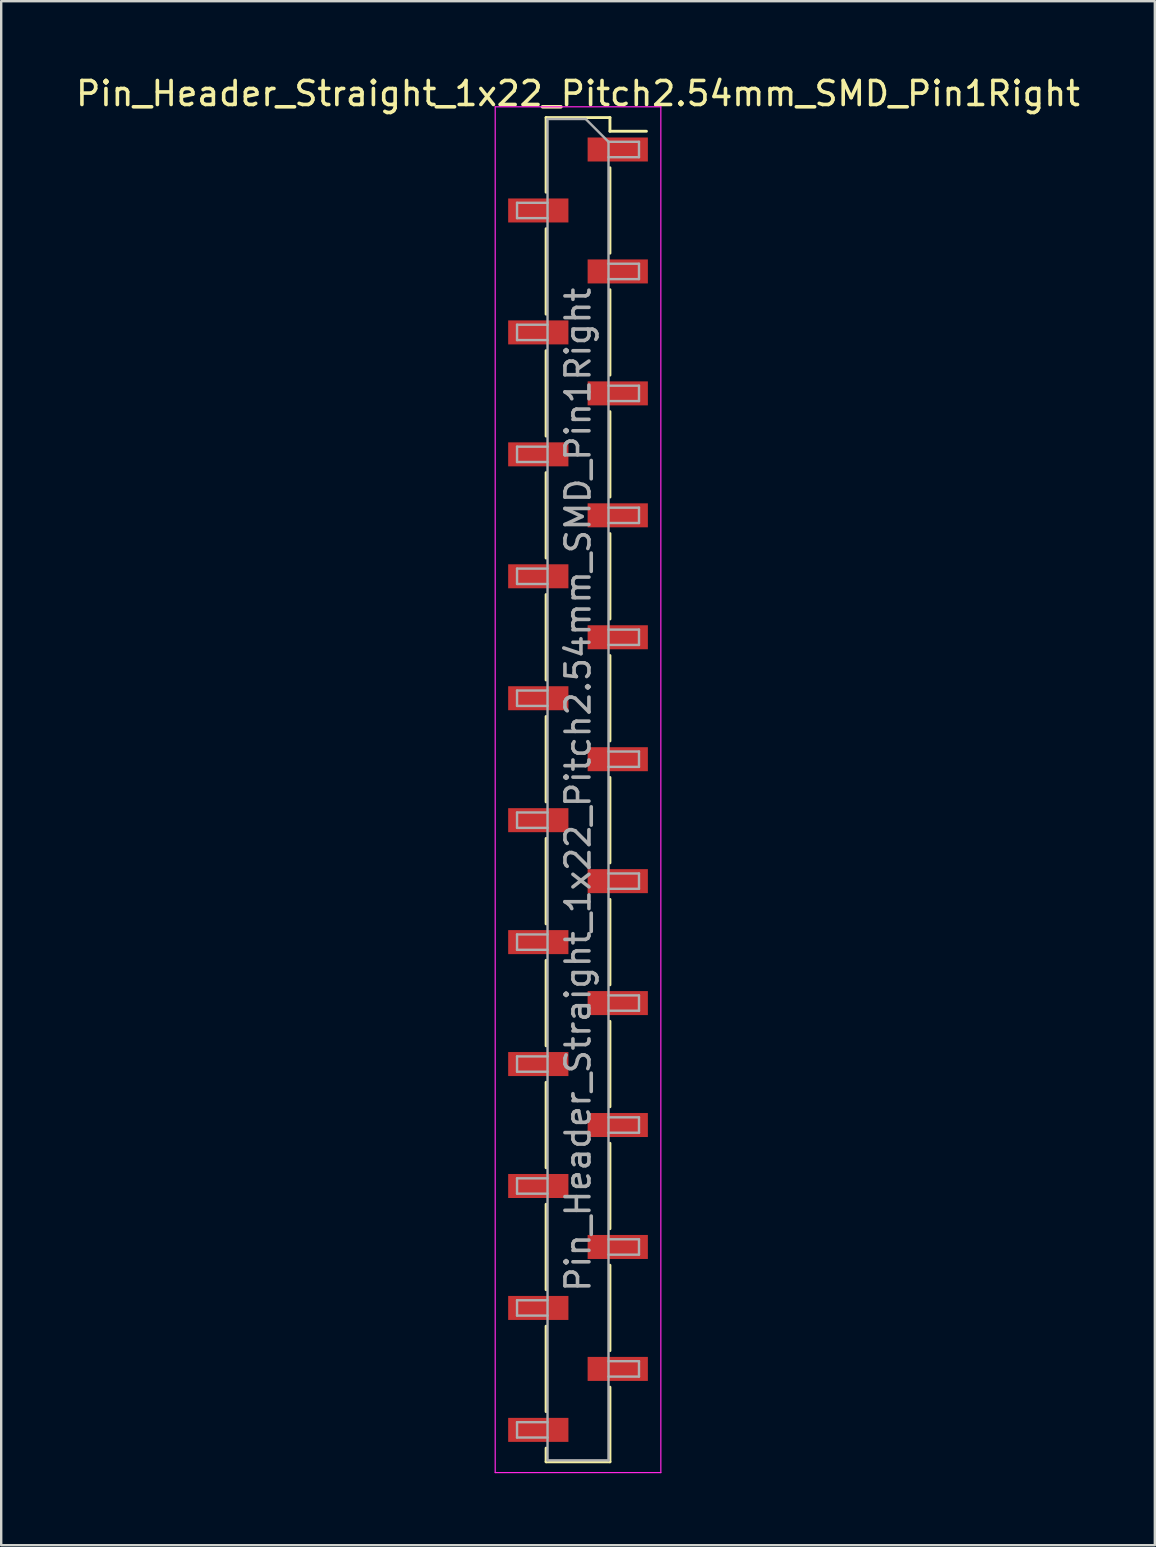
<source format=kicad_pcb>
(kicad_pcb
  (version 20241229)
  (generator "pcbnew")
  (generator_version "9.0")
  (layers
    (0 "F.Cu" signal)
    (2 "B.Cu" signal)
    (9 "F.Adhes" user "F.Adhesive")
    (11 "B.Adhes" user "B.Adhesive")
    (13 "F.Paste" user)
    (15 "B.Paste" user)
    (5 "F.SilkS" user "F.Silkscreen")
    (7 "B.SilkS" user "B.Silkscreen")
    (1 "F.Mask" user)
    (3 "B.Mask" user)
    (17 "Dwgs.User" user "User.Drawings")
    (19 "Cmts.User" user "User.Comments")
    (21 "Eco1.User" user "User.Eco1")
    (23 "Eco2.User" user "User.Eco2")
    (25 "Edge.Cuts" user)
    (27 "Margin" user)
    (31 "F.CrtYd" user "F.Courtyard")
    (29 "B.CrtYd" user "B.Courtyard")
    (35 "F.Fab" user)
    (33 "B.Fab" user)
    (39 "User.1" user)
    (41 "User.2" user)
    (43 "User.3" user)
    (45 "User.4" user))
  (footprint "Pin_Header_Straight_1x22_Pitch2.54mm_SMD_Pin1Right"
    (layer "F.Cu")
    (at 21.03 29.848)
    (property "Reference" "Pin_Header_Straight_1x22_Pitch2.54mm_SMD_Pin1Right" (at 0 -29 0) (layer "F.SilkS") (effects (font (size 1 1) (thickness 0.15))))
    (attr smd)
    (fp_line (start -1.33 -28) (end -1.33 -24.89) (stroke (width 0.12) (type solid)) (layer "F.SilkS"))
    (fp_line (start -1.33 -28) (end 1.33 -28) (stroke (width 0.12) (type solid)) (layer "F.SilkS"))
    (fp_line (start -1.33 -23.37) (end -1.33 -19.81) (stroke (width 0.12) (type solid)) (layer "F.SilkS"))
    (fp_line (start -1.33 -18.29) (end -1.33 -14.73) (stroke (width 0.12) (type solid)) (layer "F.SilkS"))
    (fp_line (start -1.33 -13.21) (end -1.33 -9.65) (stroke (width 0.12) (type solid)) (layer "F.SilkS"))
    (fp_line (start -1.33 -8.13) (end -1.33 -4.57) (stroke (width 0.12) (type solid)) (layer "F.SilkS"))
    (fp_line (start -1.33 -3.05) (end -1.33 0.51) (stroke (width 0.12) (type solid)) (layer "F.SilkS"))
    (fp_line (start -1.33 2.03) (end -1.33 5.59) (stroke (width 0.12) (type solid)) (layer "F.SilkS"))
    (fp_line (start -1.33 7.11) (end -1.33 10.67) (stroke (width 0.12) (type solid)) (layer "F.SilkS"))
    (fp_line (start -1.33 12.19) (end -1.33 15.75) (stroke (width 0.12) (type solid)) (layer "F.SilkS"))
    (fp_line (start -1.33 17.27) (end -1.33 20.83) (stroke (width 0.12) (type solid)) (layer "F.SilkS"))
    (fp_line (start -1.33 22.35) (end -1.33 25.91) (stroke (width 0.12) (type solid)) (layer "F.SilkS"))
    (fp_line (start -1.33 27.43) (end -1.33 28) (stroke (width 0.12) (type solid)) (layer "F.SilkS"))
    (fp_line (start -1.33 28) (end 1.33 28) (stroke (width 0.12) (type solid)) (layer "F.SilkS"))
    (fp_line (start 1.33 -28) (end 1.33 -27.43) (stroke (width 0.12) (type solid)) (layer "F.SilkS"))
    (fp_line (start 1.33 -27.43) (end 2.85 -27.43) (stroke (width 0.12) (type solid)) (layer "F.SilkS"))
    (fp_line (start 1.33 -25.91) (end 1.33 -22.35) (stroke (width 0.12) (type solid)) (layer "F.SilkS"))
    (fp_line (start 1.33 -20.83) (end 1.33 -17.27) (stroke (width 0.12) (type solid)) (layer "F.SilkS"))
    (fp_line (start 1.33 -15.75) (end 1.33 -12.19) (stroke (width 0.12) (type solid)) (layer "F.SilkS"))
    (fp_line (start 1.33 -10.67) (end 1.33 -7.11) (stroke (width 0.12) (type solid)) (layer "F.SilkS"))
    (fp_line (start 1.33 -5.59) (end 1.33 -2.03) (stroke (width 0.12) (type solid)) (layer "F.SilkS"))
    (fp_line (start 1.33 -0.51) (end 1.33 3.05) (stroke (width 0.12) (type solid)) (layer "F.SilkS"))
    (fp_line (start 1.33 4.57) (end 1.33 8.13) (stroke (width 0.12) (type solid)) (layer "F.SilkS"))
    (fp_line (start 1.33 9.65) (end 1.33 13.21) (stroke (width 0.12) (type solid)) (layer "F.SilkS"))
    (fp_line (start 1.33 14.73) (end 1.33 18.29) (stroke (width 0.12) (type solid)) (layer "F.SilkS"))
    (fp_line (start 1.33 19.81) (end 1.33 23.37) (stroke (width 0.12) (type solid)) (layer "F.SilkS"))
    (fp_line (start 1.33 24.89) (end 1.33 28) (stroke (width 0.12) (type solid)) (layer "F.SilkS"))
    (fp_line (start -3.45 -28.45) (end -3.45 28.45) (stroke (width 0.05) (type solid)) (layer "F.CrtYd"))
    (fp_line (start -3.45 28.45) (end 3.45 28.45) (stroke (width 0.05) (type solid)) (layer "F.CrtYd"))
    (fp_line (start 3.45 -28.45) (end -3.45 -28.45) (stroke (width 0.05) (type solid)) (layer "F.CrtYd"))
    (fp_line (start 3.45 28.45) (end 3.45 -28.45) (stroke (width 0.05) (type solid)) (layer "F.CrtYd"))
    (fp_line (start -2.54 -24.45) (end -2.54 -23.81) (stroke (width 0.1) (type solid)) (layer "F.Fab"))
    (fp_line (start -2.54 -23.81) (end -1.27 -23.81) (stroke (width 0.1) (type solid)) (layer "F.Fab"))
    (fp_line (start -2.54 -19.37) (end -2.54 -18.73) (stroke (width 0.1) (type solid)) (layer "F.Fab"))
    (fp_line (start -2.54 -18.73) (end -1.27 -18.73) (stroke (width 0.1) (type solid)) (layer "F.Fab"))
    (fp_line (start -2.54 -14.29) (end -2.54 -13.65) (stroke (width 0.1) (type solid)) (layer "F.Fab"))
    (fp_line (start -2.54 -13.65) (end -1.27 -13.65) (stroke (width 0.1) (type solid)) (layer "F.Fab"))
    (fp_line (start -2.54 -9.21) (end -2.54 -8.57) (stroke (width 0.1) (type solid)) (layer "F.Fab"))
    (fp_line (start -2.54 -8.57) (end -1.27 -8.57) (stroke (width 0.1) (type solid)) (layer "F.Fab"))
    (fp_line (start -2.54 -4.13) (end -2.54 -3.49) (stroke (width 0.1) (type solid)) (layer "F.Fab"))
    (fp_line (start -2.54 -3.49) (end -1.27 -3.49) (stroke (width 0.1) (type solid)) (layer "F.Fab"))
    (fp_line (start -2.54 0.95) (end -2.54 1.59) (stroke (width 0.1) (type solid)) (layer "F.Fab"))
    (fp_line (start -2.54 1.59) (end -1.27 1.59) (stroke (width 0.1) (type solid)) (layer "F.Fab"))
    (fp_line (start -2.54 6.03) (end -2.54 6.67) (stroke (width 0.1) (type solid)) (layer "F.Fab"))
    (fp_line (start -2.54 6.67) (end -1.27 6.67) (stroke (width 0.1) (type solid)) (layer "F.Fab"))
    (fp_line (start -2.54 11.11) (end -2.54 11.75) (stroke (width 0.1) (type solid)) (layer "F.Fab"))
    (fp_line (start -2.54 11.75) (end -1.27 11.75) (stroke (width 0.1) (type solid)) (layer "F.Fab"))
    (fp_line (start -2.54 16.19) (end -2.54 16.83) (stroke (width 0.1) (type solid)) (layer "F.Fab"))
    (fp_line (start -2.54 16.83) (end -1.27 16.83) (stroke (width 0.1) (type solid)) (layer "F.Fab"))
    (fp_line (start -2.54 21.27) (end -2.54 21.91) (stroke (width 0.1) (type solid)) (layer "F.Fab"))
    (fp_line (start -2.54 21.91) (end -1.27 21.91) (stroke (width 0.1) (type solid)) (layer "F.Fab"))
    (fp_line (start -2.54 26.35) (end -2.54 26.99) (stroke (width 0.1) (type solid)) (layer "F.Fab"))
    (fp_line (start -2.54 26.99) (end -1.27 26.99) (stroke (width 0.1) (type solid)) (layer "F.Fab"))
    (fp_line (start -1.27 -27.94) (end -1.27 27.94) (stroke (width 0.1) (type solid)) (layer "F.Fab"))
    (fp_line (start -1.27 -27.94) (end 0.32 -27.94) (stroke (width 0.1) (type solid)) (layer "F.Fab"))
    (fp_line (start -1.27 -24.45) (end -2.54 -24.45) (stroke (width 0.1) (type solid)) (layer "F.Fab"))
    (fp_line (start -1.27 -19.37) (end -2.54 -19.37) (stroke (width 0.1) (type solid)) (layer "F.Fab"))
    (fp_line (start -1.27 -14.29) (end -2.54 -14.29) (stroke (width 0.1) (type solid)) (layer "F.Fab"))
    (fp_line (start -1.27 -9.21) (end -2.54 -9.21) (stroke (width 0.1) (type solid)) (layer "F.Fab"))
    (fp_line (start -1.27 -4.13) (end -2.54 -4.13) (stroke (width 0.1) (type solid)) (layer "F.Fab"))
    (fp_line (start -1.27 0.95) (end -2.54 0.95) (stroke (width 0.1) (type solid)) (layer "F.Fab"))
    (fp_line (start -1.27 6.03) (end -2.54 6.03) (stroke (width 0.1) (type solid)) (layer "F.Fab"))
    (fp_line (start -1.27 11.11) (end -2.54 11.11) (stroke (width 0.1) (type solid)) (layer "F.Fab"))
    (fp_line (start -1.27 16.19) (end -2.54 16.19) (stroke (width 0.1) (type solid)) (layer "F.Fab"))
    (fp_line (start -1.27 21.27) (end -2.54 21.27) (stroke (width 0.1) (type solid)) (layer "F.Fab"))
    (fp_line (start -1.27 26.35) (end -2.54 26.35) (stroke (width 0.1) (type solid)) (layer "F.Fab"))
    (fp_line (start 1.27 -26.99) (end 0.32 -27.94) (stroke (width 0.1) (type solid)) (layer "F.Fab"))
    (fp_line (start 1.27 -26.99) (end 2.54 -26.99) (stroke (width 0.1) (type solid)) (layer "F.Fab"))
    (fp_line (start 1.27 -21.91) (end 2.54 -21.91) (stroke (width 0.1) (type solid)) (layer "F.Fab"))
    (fp_line (start 1.27 -16.83) (end 2.54 -16.83) (stroke (width 0.1) (type solid)) (layer "F.Fab"))
    (fp_line (start 1.27 -11.75) (end 2.54 -11.75) (stroke (width 0.1) (type solid)) (layer "F.Fab"))
    (fp_line (start 1.27 -6.67) (end 2.54 -6.67) (stroke (width 0.1) (type solid)) (layer "F.Fab"))
    (fp_line (start 1.27 -1.59) (end 2.54 -1.59) (stroke (width 0.1) (type solid)) (layer "F.Fab"))
    (fp_line (start 1.27 3.49) (end 2.54 3.49) (stroke (width 0.1) (type solid)) (layer "F.Fab"))
    (fp_line (start 1.27 8.57) (end 2.54 8.57) (stroke (width 0.1) (type solid)) (layer "F.Fab"))
    (fp_line (start 1.27 13.65) (end 2.54 13.65) (stroke (width 0.1) (type solid)) (layer "F.Fab"))
    (fp_line (start 1.27 18.73) (end 2.54 18.73) (stroke (width 0.1) (type solid)) (layer "F.Fab"))
    (fp_line (start 1.27 23.81) (end 2.54 23.81) (stroke (width 0.1) (type solid)) (layer "F.Fab"))
    (fp_line (start 1.27 27.94) (end -1.27 27.94) (stroke (width 0.1) (type solid)) (layer "F.Fab"))
    (fp_line (start 1.27 27.94) (end 1.27 -26.99) (stroke (width 0.1) (type solid)) (layer "F.Fab"))
    (fp_line (start 2.54 -26.99) (end 2.54 -26.35) (stroke (width 0.1) (type solid)) (layer "F.Fab"))
    (fp_line (start 2.54 -26.35) (end 1.27 -26.35) (stroke (width 0.1) (type solid)) (layer "F.Fab"))
    (fp_line (start 2.54 -21.91) (end 2.54 -21.27) (stroke (width 0.1) (type solid)) (layer "F.Fab"))
    (fp_line (start 2.54 -21.27) (end 1.27 -21.27) (stroke (width 0.1) (type solid)) (layer "F.Fab"))
    (fp_line (start 2.54 -16.83) (end 2.54 -16.19) (stroke (width 0.1) (type solid)) (layer "F.Fab"))
    (fp_line (start 2.54 -16.19) (end 1.27 -16.19) (stroke (width 0.1) (type solid)) (layer "F.Fab"))
    (fp_line (start 2.54 -11.75) (end 2.54 -11.11) (stroke (width 0.1) (type solid)) (layer "F.Fab"))
    (fp_line (start 2.54 -11.11) (end 1.27 -11.11) (stroke (width 0.1) (type solid)) (layer "F.Fab"))
    (fp_line (start 2.54 -6.67) (end 2.54 -6.03) (stroke (width 0.1) (type solid)) (layer "F.Fab"))
    (fp_line (start 2.54 -6.03) (end 1.27 -6.03) (stroke (width 0.1) (type solid)) (layer "F.Fab"))
    (fp_line (start 2.54 -1.59) (end 2.54 -0.95) (stroke (width 0.1) (type solid)) (layer "F.Fab"))
    (fp_line (start 2.54 -0.95) (end 1.27 -0.95) (stroke (width 0.1) (type solid)) (layer "F.Fab"))
    (fp_line (start 2.54 3.49) (end 2.54 4.13) (stroke (width 0.1) (type solid)) (layer "F.Fab"))
    (fp_line (start 2.54 4.13) (end 1.27 4.13) (stroke (width 0.1) (type solid)) (layer "F.Fab"))
    (fp_line (start 2.54 8.57) (end 2.54 9.21) (stroke (width 0.1) (type solid)) (layer "F.Fab"))
    (fp_line (start 2.54 9.21) (end 1.27 9.21) (stroke (width 0.1) (type solid)) (layer "F.Fab"))
    (fp_line (start 2.54 13.65) (end 2.54 14.29) (stroke (width 0.1) (type solid)) (layer "F.Fab"))
    (fp_line (start 2.54 14.29) (end 1.27 14.29) (stroke (width 0.1) (type solid)) (layer "F.Fab"))
    (fp_line (start 2.54 18.73) (end 2.54 19.37) (stroke (width 0.1) (type solid)) (layer "F.Fab"))
    (fp_line (start 2.54 19.37) (end 1.27 19.37) (stroke (width 0.1) (type solid)) (layer "F.Fab"))
    (fp_line (start 2.54 23.81) (end 2.54 24.45) (stroke (width 0.1) (type solid)) (layer "F.Fab"))
    (fp_line (start 2.54 24.45) (end 1.27 24.45) (stroke (width 0.1) (type solid)) (layer "F.Fab"))
    (fp_text user "${REFERENCE}" (at 0 0 90) (layer "F.Fab") (effects (font (size 1 1) (thickness 0.15))))
    (pad "1" smd rect (at 1.655 -26.67) (size 2.51 1) (layers "F.Cu" "F.Mask" "F.Paste"))
    (pad "2" smd rect (at -1.655 -24.13) (size 2.51 1) (layers "F.Cu" "F.Mask" "F.Paste"))
    (pad "3" smd rect (at 1.655 -21.59) (size 2.51 1) (layers "F.Cu" "F.Mask" "F.Paste"))
    (pad "4" smd rect (at -1.655 -19.05) (size 2.51 1) (layers "F.Cu" "F.Mask" "F.Paste"))
    (pad "5" smd rect (at 1.655 -16.51) (size 2.51 1) (layers "F.Cu" "F.Mask" "F.Paste"))
    (pad "6" smd rect (at -1.655 -13.97) (size 2.51 1) (layers "F.Cu" "F.Mask" "F.Paste"))
    (pad "7" smd rect (at 1.655 -11.43) (size 2.51 1) (layers "F.Cu" "F.Mask" "F.Paste"))
    (pad "8" smd rect (at -1.655 -8.89) (size 2.51 1) (layers "F.Cu" "F.Mask" "F.Paste"))
    (pad "9" smd rect (at 1.655 -6.35) (size 2.51 1) (layers "F.Cu" "F.Mask" "F.Paste"))
    (pad "10" smd rect (at -1.655 -3.81) (size 2.51 1) (layers "F.Cu" "F.Mask" "F.Paste"))
    (pad "11" smd rect (at 1.655 -1.27) (size 2.51 1) (layers "F.Cu" "F.Mask" "F.Paste"))
    (pad "12" smd rect (at -1.655 1.27) (size 2.51 1) (layers "F.Cu" "F.Mask" "F.Paste"))
    (pad "13" smd rect (at 1.655 3.81) (size 2.51 1) (layers "F.Cu" "F.Mask" "F.Paste"))
    (pad "14" smd rect (at -1.655 6.35) (size 2.51 1) (layers "F.Cu" "F.Mask" "F.Paste"))
    (pad "15" smd rect (at 1.655 8.89) (size 2.51 1) (layers "F.Cu" "F.Mask" "F.Paste"))
    (pad "16" smd rect (at -1.655 11.43) (size 2.51 1) (layers "F.Cu" "F.Mask" "F.Paste"))
    (pad "17" smd rect (at 1.655 13.97) (size 2.51 1) (layers "F.Cu" "F.Mask" "F.Paste"))
    (pad "18" smd rect (at -1.655 16.51) (size 2.51 1) (layers "F.Cu" "F.Mask" "F.Paste"))
    (pad "19" smd rect (at 1.655 19.05) (size 2.51 1) (layers "F.Cu" "F.Mask" "F.Paste"))
    (pad "20" smd rect (at -1.655 21.59) (size 2.51 1) (layers "F.Cu" "F.Mask" "F.Paste"))
    (pad "21" smd rect (at 1.655 24.13) (size 2.51 1) (layers "F.Cu" "F.Mask" "F.Paste"))
    (pad "22" smd rect (at -1.655 26.67) (size 2.51 1) (layers "F.Cu" "F.Mask" "F.Paste")))
  (gr_rect
    (start -3 -3)
    (end 45.06 61.323)
    (stroke (width 0.1) (type default))
    (fill no)
    (layer "Edge.Cuts")))
</source>
